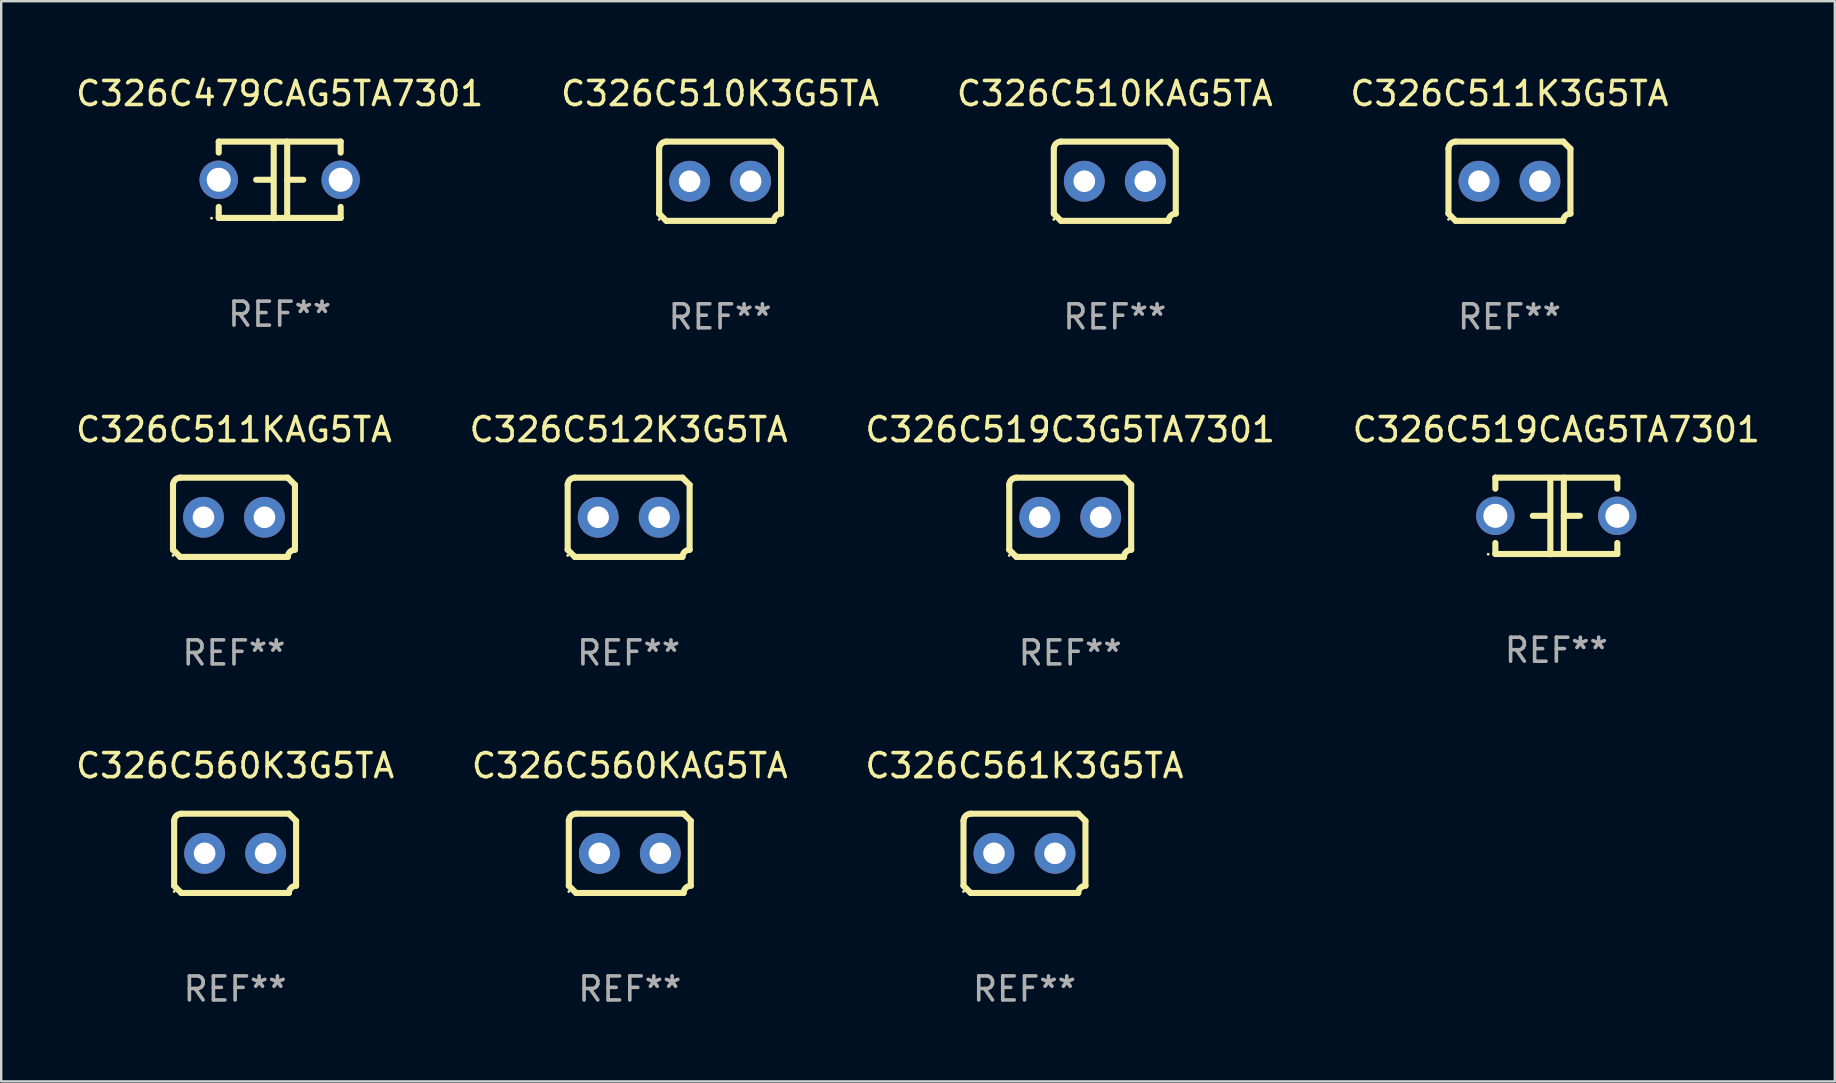
<source format=kicad_pcb>
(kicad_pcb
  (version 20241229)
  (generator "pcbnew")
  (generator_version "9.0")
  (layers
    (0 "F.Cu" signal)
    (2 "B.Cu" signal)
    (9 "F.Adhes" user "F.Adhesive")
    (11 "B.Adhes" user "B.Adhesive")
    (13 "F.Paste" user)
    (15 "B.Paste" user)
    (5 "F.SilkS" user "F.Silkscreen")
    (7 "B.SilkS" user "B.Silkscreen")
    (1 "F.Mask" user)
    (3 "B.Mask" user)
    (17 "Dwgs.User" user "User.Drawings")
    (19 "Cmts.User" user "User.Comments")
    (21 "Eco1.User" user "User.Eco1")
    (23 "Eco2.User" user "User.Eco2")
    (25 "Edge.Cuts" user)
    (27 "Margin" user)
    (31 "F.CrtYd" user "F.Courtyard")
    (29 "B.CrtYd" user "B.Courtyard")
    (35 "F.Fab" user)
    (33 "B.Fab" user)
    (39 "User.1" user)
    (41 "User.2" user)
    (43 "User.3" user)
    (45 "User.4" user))
  (footprint "C326C519C3G5TA7301"
    (layer "F.Cu")
    (at 41.53 18.498)
    (property "Reference" "C326C519C3G5TA7301" (at 0 -3.651 0) (layer "F.SilkS") (effects (font (size 1 1) (thickness 0.15))))
    (attr through_hole)
    (fp_line (start -2.54 -1.351) (end -2.54 1.351) (stroke (width 0.254) (type solid)) (layer "F.SilkS"))
    (fp_line (start -2.24 -1.651) (end 2.24 -1.651) (stroke (width 0.254) (type solid)) (layer "F.SilkS"))
    (fp_line (start 2.24 1.651) (end -2.24 1.651) (stroke (width 0.254) (type solid)) (layer "F.SilkS"))
    (fp_line (start 2.54 1.351) (end 2.54 -1.351) (stroke (width 0.254) (type solid)) (layer "F.SilkS"))
    (fp_arc (start -2.540005 -1.351283) (mid -2.450115 -1.561309) (end -2.240005 -1.651003) (stroke (width 0.254001) (type solid)) (layer "F.SilkS"))
    (fp_arc (start -2.240287 1.651001) (mid -2.390163 1.501019) (end -2.540005 1.351003) (stroke (width 0.254001) (type solid)) (layer "F.SilkS"))
    (fp_arc (start 2.240005 1.651003) (mid 2.329934 1.441015) (end 2.540005 1.351282) (stroke (width 0.254001) (type solid)) (layer "F.SilkS"))
    (fp_arc (start 2.540005 -1.351003) (mid 2.389393 -1.500252) (end 2.240284 -1.651003) (stroke (width 0.254001) (type solid)) (layer "F.SilkS"))
    (fp_circle (center -2.54 1.59) (end -2.51 1.59) (stroke (width 0.06) (type solid)) (fill no) (layer "F.SilkS"))
    (fp_text user "REF**" (at 0 5.651 0) (layer "F.Fab") (effects (font (size 1 1) (thickness 0.15))))
    (pad "1" thru_hole circle (at -1.27 0) (size 1.7 1.7) (drill 0.9) (layers "*.Cu" "*.Mask"))
    (pad "2" thru_hole circle (at 1.27 0) (size 1.7 1.7) (drill 0.9) (layers "*.Cu" "*.Mask")))
  (footprint "C326C510K3G5TA"
    (layer "F.Cu")
    (at 26.946 4.499)
    (property "Reference" "C326C510K3G5TA" (at 0 -3.651 0) (layer "F.SilkS") (effects (font (size 1 1) (thickness 0.15))))
    (attr through_hole)
    (fp_line (start -2.54 -1.351) (end -2.54 1.351) (stroke (width 0.254) (type solid)) (layer "F.SilkS"))
    (fp_line (start -2.24 -1.651) (end 2.24 -1.651) (stroke (width 0.254) (type solid)) (layer "F.SilkS"))
    (fp_line (start 2.24 1.651) (end -2.24 1.651) (stroke (width 0.254) (type solid)) (layer "F.SilkS"))
    (fp_line (start 2.54 1.351) (end 2.54 -1.351) (stroke (width 0.254) (type solid)) (layer "F.SilkS"))
    (fp_arc (start -2.540005 -1.351283) (mid -2.450115 -1.561309) (end -2.240005 -1.651003) (stroke (width 0.254001) (type solid)) (layer "F.SilkS"))
    (fp_arc (start -2.240287 1.651001) (mid -2.390163 1.501019) (end -2.540005 1.351003) (stroke (width 0.254001) (type solid)) (layer "F.SilkS"))
    (fp_arc (start 2.240005 1.651003) (mid 2.329934 1.441015) (end 2.540005 1.351282) (stroke (width 0.254001) (type solid)) (layer "F.SilkS"))
    (fp_arc (start 2.540005 -1.351003) (mid 2.389393 -1.500252) (end 2.240284 -1.651003) (stroke (width 0.254001) (type solid)) (layer "F.SilkS"))
    (fp_circle (center -2.54 1.59) (end -2.51 1.59) (stroke (width 0.06) (type solid)) (fill no) (layer "F.SilkS"))
    (fp_text user "REF**" (at 0 5.651 0) (layer "F.Fab") (effects (font (size 1 1) (thickness 0.15))))
    (pad "1" thru_hole circle (at -1.27 0) (size 1.7 1.7) (drill 0.9) (layers "*.Cu" "*.Mask"))
    (pad "2" thru_hole circle (at 1.27 0) (size 1.7 1.7) (drill 0.9) (layers "*.Cu" "*.Mask")))
  (footprint "C326C519CAG5TA7301"
    (layer "F.Cu")
    (at 61.78 18.442)
    (property "Reference" "C326C519CAG5TA7301" (at 0 -3.595 0) (layer "F.SilkS") (effects (font (size 1 1) (thickness 0.15))))
    (attr through_hole)
    (fp_line (start -2.54 -1.595) (end -2.54 -1.136) (stroke (width 0.254) (type solid)) (layer "F.SilkS"))
    (fp_line (start -2.54 -1.595) (end 2.54 -1.595) (stroke (width 0.254) (type solid)) (layer "F.SilkS"))
    (fp_line (start -2.54 1.126) (end -2.54 1.585) (stroke (width 0.254) (type solid)) (layer "F.SilkS"))
    (fp_line (start -0.312 -0.005) (end -0.98 -0.005) (stroke (width 0.254) (type solid)) (layer "F.SilkS"))
    (fp_line (start -0.25 -1.585) (end -0.25 1.595) (stroke (width 0.254) (type solid)) (layer "F.SilkS"))
    (fp_line (start 0.312 -1.595) (end 0.312 1.585) (stroke (width 0.254) (type solid)) (layer "F.SilkS"))
    (fp_line (start 0.312 -0.005) (end 0.98 -0.005) (stroke (width 0.254) (type solid)) (layer "F.SilkS"))
    (fp_line (start 2.54 -1.595) (end 2.54 -1.136) (stroke (width 0.254) (type solid)) (layer "F.SilkS"))
    (fp_line (start 2.54 1.126) (end 2.54 1.585) (stroke (width 0.254) (type solid)) (layer "F.SilkS"))
    (fp_line (start 2.54 1.585) (end -2.54 1.585) (stroke (width 0.254) (type solid)) (layer "F.SilkS"))
    (fp_circle (center -2.84 1.595) (end -2.81 1.595) (stroke (width 0.06) (type solid)) (fill no) (layer "F.SilkS"))
    (fp_text user "REF**" (at 0 5.595 0) (layer "F.Fab") (effects (font (size 1 1) (thickness 0.15))))
    (pad "1" thru_hole circle (at -2.54 -0.005) (size 1.6 1.6) (drill 1) (layers "*.Cu" "*.Mask"))
    (pad "2" thru_hole circle (at 2.54 -0.005) (size 1.6 1.6) (drill 1) (layers "*.Cu" "*.Mask")))
  (footprint "C326C560KAG5TA"
    (layer "F.Cu")
    (at 23.185 32.496)
    (property "Reference" "C326C560KAG5TA" (at 0 -3.651 0) (layer "F.SilkS") (effects (font (size 1 1) (thickness 0.15))))
    (attr through_hole)
    (fp_line (start -2.54 -1.351) (end -2.54 1.351) (stroke (width 0.254) (type solid)) (layer "F.SilkS"))
    (fp_line (start -2.24 -1.651) (end 2.24 -1.651) (stroke (width 0.254) (type solid)) (layer "F.SilkS"))
    (fp_line (start 2.24 1.651) (end -2.24 1.651) (stroke (width 0.254) (type solid)) (layer "F.SilkS"))
    (fp_line (start 2.54 1.351) (end 2.54 -1.351) (stroke (width 0.254) (type solid)) (layer "F.SilkS"))
    (fp_arc (start -2.540005 -1.351283) (mid -2.450115 -1.561309) (end -2.240005 -1.651003) (stroke (width 0.254001) (type solid)) (layer "F.SilkS"))
    (fp_arc (start -2.240287 1.651001) (mid -2.390163 1.501019) (end -2.540005 1.351003) (stroke (width 0.254001) (type solid)) (layer "F.SilkS"))
    (fp_arc (start 2.240005 1.651003) (mid 2.329934 1.441015) (end 2.540005 1.351282) (stroke (width 0.254001) (type solid)) (layer "F.SilkS"))
    (fp_arc (start 2.540005 -1.351003) (mid 2.389393 -1.500252) (end 2.240284 -1.651003) (stroke (width 0.254001) (type solid)) (layer "F.SilkS"))
    (fp_circle (center -2.54 1.59) (end -2.51 1.59) (stroke (width 0.06) (type solid)) (fill no) (layer "F.SilkS"))
    (fp_text user "REF**" (at 0 5.651 0) (layer "F.Fab") (effects (font (size 1 1) (thickness 0.15))))
    (pad "1" thru_hole circle (at -1.27 0) (size 1.7 1.7) (drill 0.9) (layers "*.Cu" "*.Mask"))
    (pad "2" thru_hole circle (at 1.27 0) (size 1.7 1.7) (drill 0.9) (layers "*.Cu" "*.Mask")))
  (footprint "C326C561K3G5TA"
    (layer "F.Cu")
    (at 39.625 32.496)
    (property "Reference" "C326C561K3G5TA" (at 0 -3.651 0) (layer "F.SilkS") (effects (font (size 1 1) (thickness 0.15))))
    (attr through_hole)
    (fp_line (start -2.54 -1.351) (end -2.54 1.351) (stroke (width 0.254) (type solid)) (layer "F.SilkS"))
    (fp_line (start -2.24 -1.651) (end 2.24 -1.651) (stroke (width 0.254) (type solid)) (layer "F.SilkS"))
    (fp_line (start 2.24 1.651) (end -2.24 1.651) (stroke (width 0.254) (type solid)) (layer "F.SilkS"))
    (fp_line (start 2.54 1.351) (end 2.54 -1.351) (stroke (width 0.254) (type solid)) (layer "F.SilkS"))
    (fp_arc (start -2.540005 -1.351283) (mid -2.450115 -1.561309) (end -2.240005 -1.651003) (stroke (width 0.254001) (type solid)) (layer "F.SilkS"))
    (fp_arc (start -2.240287 1.651001) (mid -2.390163 1.501019) (end -2.540005 1.351003) (stroke (width 0.254001) (type solid)) (layer "F.SilkS"))
    (fp_arc (start 2.240005 1.651003) (mid 2.329934 1.441015) (end 2.540005 1.351282) (stroke (width 0.254001) (type solid)) (layer "F.SilkS"))
    (fp_arc (start 2.540005 -1.351003) (mid 2.389393 -1.500252) (end 2.240284 -1.651003) (stroke (width 0.254001) (type solid)) (layer "F.SilkS"))
    (fp_circle (center -2.54 1.59) (end -2.51 1.59) (stroke (width 0.06) (type solid)) (fill no) (layer "F.SilkS"))
    (fp_text user "REF**" (at 0 5.651 0) (layer "F.Fab") (effects (font (size 1 1) (thickness 0.15))))
    (pad "1" thru_hole circle (at -1.27 0) (size 1.7 1.7) (drill 0.9) (layers "*.Cu" "*.Mask"))
    (pad "2" thru_hole circle (at 1.27 0) (size 1.7 1.7) (drill 0.9) (layers "*.Cu" "*.Mask")))
  (footprint "C326C510KAG5TA"
    (layer "F.Cu")
    (at 43.387 4.499)
    (property "Reference" "C326C510KAG5TA" (at 0 -3.651 0) (layer "F.SilkS") (effects (font (size 1 1) (thickness 0.15))))
    (attr through_hole)
    (fp_line (start -2.54 -1.351) (end -2.54 1.351) (stroke (width 0.254) (type solid)) (layer "F.SilkS"))
    (fp_line (start -2.24 -1.651) (end 2.24 -1.651) (stroke (width 0.254) (type solid)) (layer "F.SilkS"))
    (fp_line (start 2.24 1.651) (end -2.24 1.651) (stroke (width 0.254) (type solid)) (layer "F.SilkS"))
    (fp_line (start 2.54 1.351) (end 2.54 -1.351) (stroke (width 0.254) (type solid)) (layer "F.SilkS"))
    (fp_arc (start -2.540005 -1.351283) (mid -2.450115 -1.561309) (end -2.240005 -1.651003) (stroke (width 0.254001) (type solid)) (layer "F.SilkS"))
    (fp_arc (start -2.240287 1.651001) (mid -2.390163 1.501019) (end -2.540005 1.351003) (stroke (width 0.254001) (type solid)) (layer "F.SilkS"))
    (fp_arc (start 2.240005 1.651003) (mid 2.329934 1.441015) (end 2.540005 1.351282) (stroke (width 0.254001) (type solid)) (layer "F.SilkS"))
    (fp_arc (start 2.540005 -1.351003) (mid 2.389393 -1.500252) (end 2.240284 -1.651003) (stroke (width 0.254001) (type solid)) (layer "F.SilkS"))
    (fp_circle (center -2.54 1.59) (end -2.51 1.59) (stroke (width 0.06) (type solid)) (fill no) (layer "F.SilkS"))
    (fp_text user "REF**" (at 0 5.651 0) (layer "F.Fab") (effects (font (size 1 1) (thickness 0.15))))
    (pad "1" thru_hole circle (at -1.27 0) (size 1.7 1.7) (drill 0.9) (layers "*.Cu" "*.Mask"))
    (pad "2" thru_hole circle (at 1.27 0) (size 1.7 1.7) (drill 0.9) (layers "*.Cu" "*.Mask")))
  (footprint "C326C511K3G5TA"
    (layer "F.Cu")
    (at 59.827 4.499)
    (property "Reference" "C326C511K3G5TA" (at 0 -3.651 0) (layer "F.SilkS") (effects (font (size 1 1) (thickness 0.15))))
    (attr through_hole)
    (fp_line (start -2.54 -1.351) (end -2.54 1.351) (stroke (width 0.254) (type solid)) (layer "F.SilkS"))
    (fp_line (start -2.24 -1.651) (end 2.24 -1.651) (stroke (width 0.254) (type solid)) (layer "F.SilkS"))
    (fp_line (start 2.24 1.651) (end -2.24 1.651) (stroke (width 0.254) (type solid)) (layer "F.SilkS"))
    (fp_line (start 2.54 1.351) (end 2.54 -1.351) (stroke (width 0.254) (type solid)) (layer "F.SilkS"))
    (fp_arc (start -2.540005 -1.351283) (mid -2.450115 -1.561309) (end -2.240005 -1.651003) (stroke (width 0.254001) (type solid)) (layer "F.SilkS"))
    (fp_arc (start -2.240287 1.651001) (mid -2.390163 1.501019) (end -2.540005 1.351003) (stroke (width 0.254001) (type solid)) (layer "F.SilkS"))
    (fp_arc (start 2.240005 1.651003) (mid 2.329934 1.441015) (end 2.540005 1.351282) (stroke (width 0.254001) (type solid)) (layer "F.SilkS"))
    (fp_arc (start 2.540005 -1.351003) (mid 2.389393 -1.500252) (end 2.240284 -1.651003) (stroke (width 0.254001) (type solid)) (layer "F.SilkS"))
    (fp_circle (center -2.54 1.59) (end -2.51 1.59) (stroke (width 0.06) (type solid)) (fill no) (layer "F.SilkS"))
    (fp_text user "REF**" (at 0 5.651 0) (layer "F.Fab") (effects (font (size 1 1) (thickness 0.15))))
    (pad "1" thru_hole circle (at -1.27 0) (size 1.7 1.7) (drill 0.9) (layers "*.Cu" "*.Mask"))
    (pad "2" thru_hole circle (at 1.27 0) (size 1.7 1.7) (drill 0.9) (layers "*.Cu" "*.Mask")))
  (footprint "C326C479CAG5TA7301"
    (layer "F.Cu")
    (at 8.601 4.443)
    (property "Reference" "C326C479CAG5TA7301" (at 0 -3.595 0) (layer "F.SilkS") (effects (font (size 1 1) (thickness 0.15))))
    (attr through_hole)
    (fp_line (start -2.54 -1.595) (end -2.54 -1.136) (stroke (width 0.254) (type solid)) (layer "F.SilkS"))
    (fp_line (start -2.54 -1.595) (end 2.54 -1.595) (stroke (width 0.254) (type solid)) (layer "F.SilkS"))
    (fp_line (start -2.54 1.126) (end -2.54 1.585) (stroke (width 0.254) (type solid)) (layer "F.SilkS"))
    (fp_line (start -0.312 -0.005) (end -0.98 -0.005) (stroke (width 0.254) (type solid)) (layer "F.SilkS"))
    (fp_line (start -0.25 -1.585) (end -0.25 1.595) (stroke (width 0.254) (type solid)) (layer "F.SilkS"))
    (fp_line (start 0.312 -1.595) (end 0.312 1.585) (stroke (width 0.254) (type solid)) (layer "F.SilkS"))
    (fp_line (start 0.312 -0.005) (end 0.98 -0.005) (stroke (width 0.254) (type solid)) (layer "F.SilkS"))
    (fp_line (start 2.54 -1.595) (end 2.54 -1.136) (stroke (width 0.254) (type solid)) (layer "F.SilkS"))
    (fp_line (start 2.54 1.126) (end 2.54 1.585) (stroke (width 0.254) (type solid)) (layer "F.SilkS"))
    (fp_line (start 2.54 1.585) (end -2.54 1.585) (stroke (width 0.254) (type solid)) (layer "F.SilkS"))
    (fp_circle (center -2.84 1.595) (end -2.81 1.595) (stroke (width 0.06) (type solid)) (fill no) (layer "F.SilkS"))
    (fp_text user "REF**" (at 0 5.595 0) (layer "F.Fab") (effects (font (size 1 1) (thickness 0.15))))
    (pad "1" thru_hole circle (at -2.54 -0.005) (size 1.6 1.6) (drill 1) (layers "*.Cu" "*.Mask"))
    (pad "2" thru_hole circle (at 2.54 -0.005) (size 1.6 1.6) (drill 1) (layers "*.Cu" "*.Mask")))
  (footprint "C326C560K3G5TA"
    (layer "F.Cu")
    (at 6.744 32.496)
    (property "Reference" "C326C560K3G5TA" (at 0 -3.651 0) (layer "F.SilkS") (effects (font (size 1 1) (thickness 0.15))))
    (attr through_hole)
    (fp_line (start -2.54 -1.351) (end -2.54 1.351) (stroke (width 0.254) (type solid)) (layer "F.SilkS"))
    (fp_line (start -2.24 -1.651) (end 2.24 -1.651) (stroke (width 0.254) (type solid)) (layer "F.SilkS"))
    (fp_line (start 2.24 1.651) (end -2.24 1.651) (stroke (width 0.254) (type solid)) (layer "F.SilkS"))
    (fp_line (start 2.54 1.351) (end 2.54 -1.351) (stroke (width 0.254) (type solid)) (layer "F.SilkS"))
    (fp_arc (start -2.540005 -1.351283) (mid -2.450115 -1.561309) (end -2.240005 -1.651003) (stroke (width 0.254001) (type solid)) (layer "F.SilkS"))
    (fp_arc (start -2.240287 1.651001) (mid -2.390163 1.501019) (end -2.540005 1.351003) (stroke (width 0.254001) (type solid)) (layer "F.SilkS"))
    (fp_arc (start 2.240005 1.651003) (mid 2.329934 1.441015) (end 2.540005 1.351282) (stroke (width 0.254001) (type solid)) (layer "F.SilkS"))
    (fp_arc (start 2.540005 -1.351003) (mid 2.389393 -1.500252) (end 2.240284 -1.651003) (stroke (width 0.254001) (type solid)) (layer "F.SilkS"))
    (fp_circle (center -2.54 1.59) (end -2.51 1.59) (stroke (width 0.06) (type solid)) (fill no) (layer "F.SilkS"))
    (fp_text user "REF**" (at 0 5.651 0) (layer "F.Fab") (effects (font (size 1 1) (thickness 0.15))))
    (pad "1" thru_hole circle (at -1.27 0) (size 1.7 1.7) (drill 0.9) (layers "*.Cu" "*.Mask"))
    (pad "2" thru_hole circle (at 1.27 0) (size 1.7 1.7) (drill 0.9) (layers "*.Cu" "*.Mask")))
  (footprint "C326C512K3G5TA"
    (layer "F.Cu")
    (at 23.137 18.498)
    (property "Reference" "C326C512K3G5TA" (at 0 -3.651 0) (layer "F.SilkS") (effects (font (size 1 1) (thickness 0.15))))
    (attr through_hole)
    (fp_line (start -2.54 -1.351) (end -2.54 1.351) (stroke (width 0.254) (type solid)) (layer "F.SilkS"))
    (fp_line (start -2.24 -1.651) (end 2.24 -1.651) (stroke (width 0.254) (type solid)) (layer "F.SilkS"))
    (fp_line (start 2.24 1.651) (end -2.24 1.651) (stroke (width 0.254) (type solid)) (layer "F.SilkS"))
    (fp_line (start 2.54 1.351) (end 2.54 -1.351) (stroke (width 0.254) (type solid)) (layer "F.SilkS"))
    (fp_arc (start -2.540005 -1.351283) (mid -2.450115 -1.561309) (end -2.240005 -1.651003) (stroke (width 0.254001) (type solid)) (layer "F.SilkS"))
    (fp_arc (start -2.240287 1.651001) (mid -2.390163 1.501019) (end -2.540005 1.351003) (stroke (width 0.254001) (type solid)) (layer "F.SilkS"))
    (fp_arc (start 2.240005 1.651003) (mid 2.329934 1.441015) (end 2.540005 1.351282) (stroke (width 0.254001) (type solid)) (layer "F.SilkS"))
    (fp_arc (start 2.540005 -1.351003) (mid 2.389393 -1.500252) (end 2.240284 -1.651003) (stroke (width 0.254001) (type solid)) (layer "F.SilkS"))
    (fp_circle (center -2.54 1.59) (end -2.51 1.59) (stroke (width 0.06) (type solid)) (fill no) (layer "F.SilkS"))
    (fp_text user "REF**" (at 0 5.651 0) (layer "F.Fab") (effects (font (size 1 1) (thickness 0.15))))
    (pad "1" thru_hole circle (at -1.27 0) (size 1.7 1.7) (drill 0.9) (layers "*.Cu" "*.Mask"))
    (pad "2" thru_hole circle (at 1.27 0) (size 1.7 1.7) (drill 0.9) (layers "*.Cu" "*.Mask")))
  (footprint "C326C511KAG5TA"
    (layer "F.Cu")
    (at 6.696 18.498)
    (property "Reference" "C326C511KAG5TA" (at 0 -3.651 0) (layer "F.SilkS") (effects (font (size 1 1) (thickness 0.15))))
    (attr through_hole)
    (fp_line (start -2.54 -1.351) (end -2.54 1.351) (stroke (width 0.254) (type solid)) (layer "F.SilkS"))
    (fp_line (start -2.24 -1.651) (end 2.24 -1.651) (stroke (width 0.254) (type solid)) (layer "F.SilkS"))
    (fp_line (start 2.24 1.651) (end -2.24 1.651) (stroke (width 0.254) (type solid)) (layer "F.SilkS"))
    (fp_line (start 2.54 1.351) (end 2.54 -1.351) (stroke (width 0.254) (type solid)) (layer "F.SilkS"))
    (fp_arc (start -2.540005 -1.351283) (mid -2.450115 -1.561309) (end -2.240005 -1.651003) (stroke (width 0.254001) (type solid)) (layer "F.SilkS"))
    (fp_arc (start -2.240287 1.651001) (mid -2.390163 1.501019) (end -2.540005 1.351003) (stroke (width 0.254001) (type solid)) (layer "F.SilkS"))
    (fp_arc (start 2.240005 1.651003) (mid 2.329934 1.441015) (end 2.540005 1.351282) (stroke (width 0.254001) (type solid)) (layer "F.SilkS"))
    (fp_arc (start 2.540005 -1.351003) (mid 2.389393 -1.500252) (end 2.240284 -1.651003) (stroke (width 0.254001) (type solid)) (layer "F.SilkS"))
    (fp_circle (center -2.54 1.59) (end -2.51 1.59) (stroke (width 0.06) (type solid)) (fill no) (layer "F.SilkS"))
    (fp_text user "REF**" (at 0 5.651 0) (layer "F.Fab") (effects (font (size 1 1) (thickness 0.15))))
    (pad "1" thru_hole circle (at -1.27 0) (size 1.7 1.7) (drill 0.9) (layers "*.Cu" "*.Mask"))
    (pad "2" thru_hole circle (at 1.27 0) (size 1.7 1.7) (drill 0.9) (layers "*.Cu" "*.Mask")))
  (gr_rect
    (start -3 -3)
    (end 73.381 41.996)
    (stroke (width 0.1) (type default))
    (fill no)
    (layer "Edge.Cuts")))
</source>
